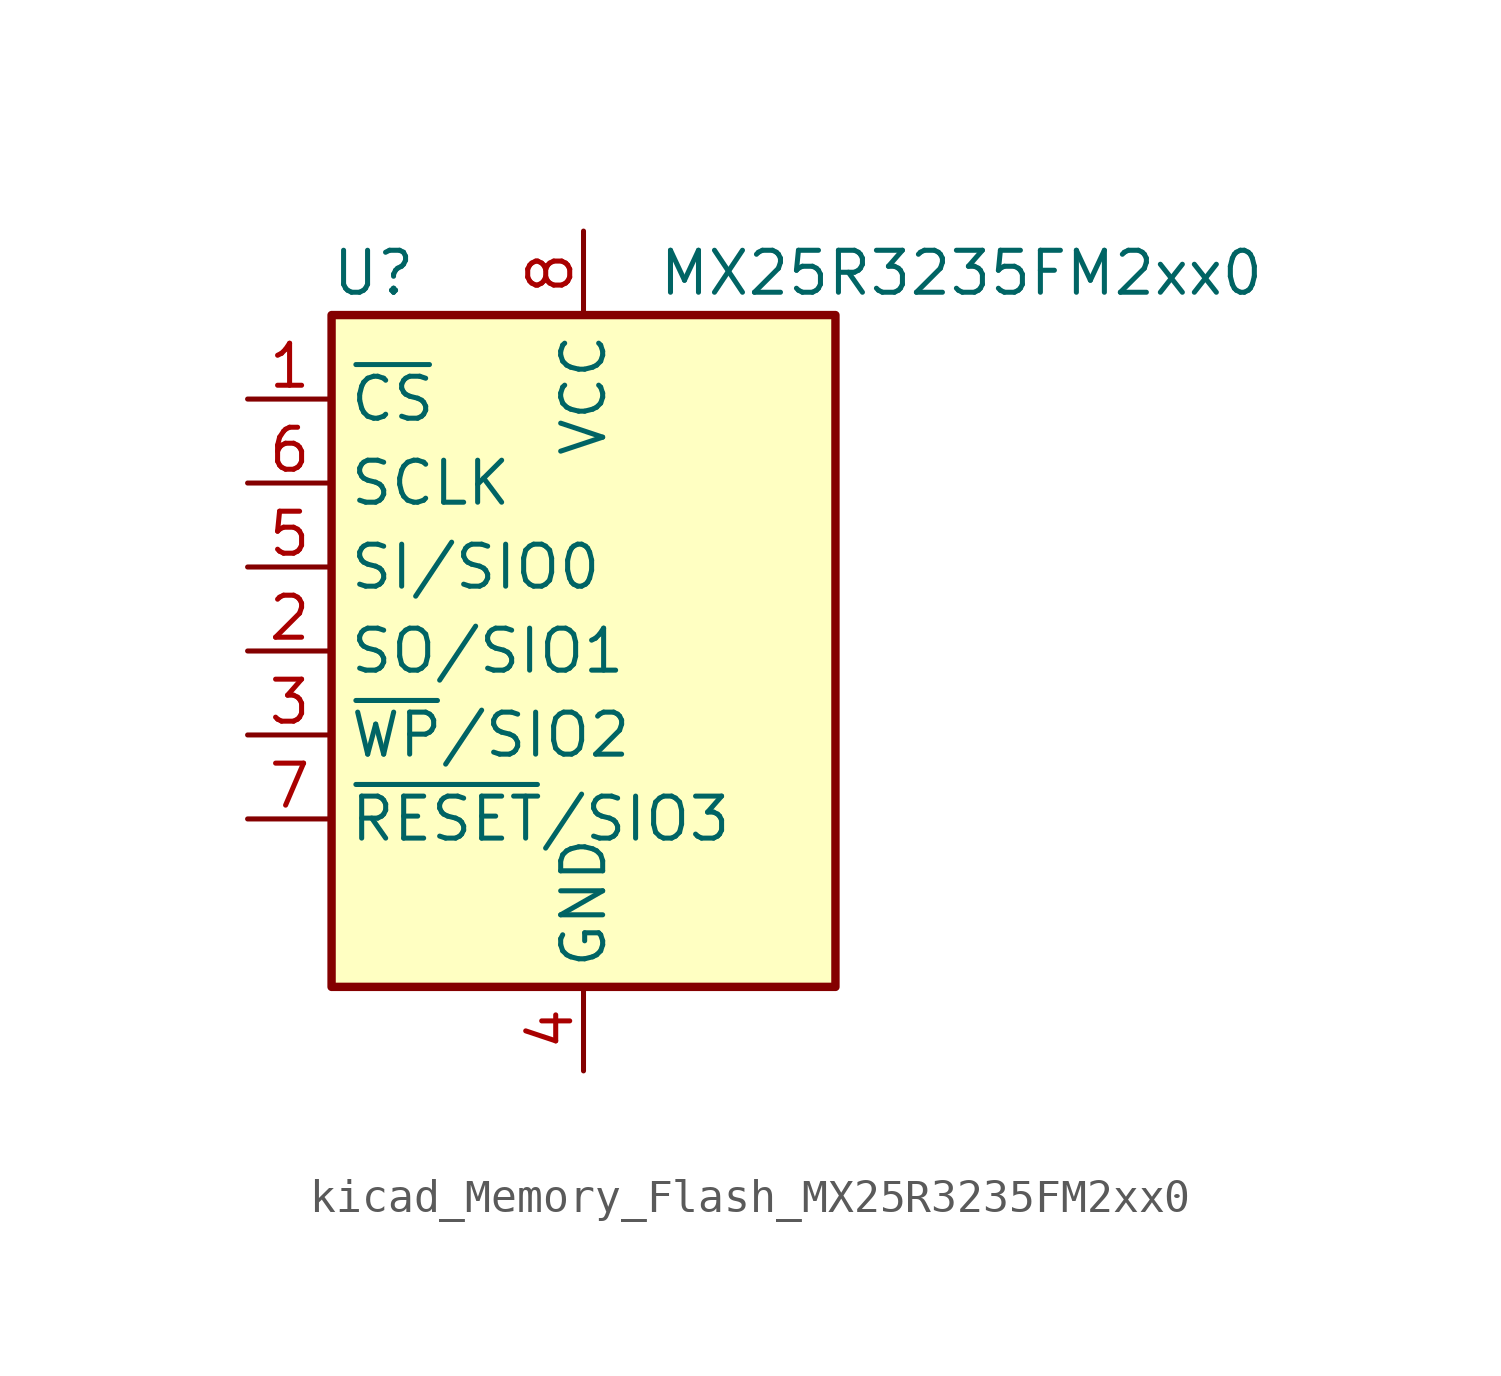
<source format=kicad_sym>
(kicad_symbol_lib
  (version 20220914)
  (generator kicad_symbol_editor)
  (symbol "kicad_Memory_Flash_MX25R3235FM2xx0"
    (property "Reference" "U"
      (at -6.35 11.43 0)
      (effects (font (size 1.27 1.27))))
    (property "Value" "MX25R3235FM2xx0"
      (at 11.43 11.43 0)
      (effects (font (size 1.27 1.27))))
    (symbol "kicad_Memory_Flash_MX25R3235FM2xx0_0_1"
      (rectangle (start -7.62 10.16) (end 7.62 -10.16) (stroke (width 0.254) (type default)) (fill (type background))))
    (symbol "kicad_Memory_Flash_MX25R3235FM2xx0_1_1"
      (pin input line (at -10.16 7.62 0) (length 2.54) (name "~{CS}" (effects (font (size 1.27 1.27)))) (number "1" (effects (font (size 1.27 1.27)))))
      (pin bidirectional line (at -10.16 0 0) (length 2.54) (name "SO/SIO1" (effects (font (size 1.27 1.27)))) (number "2" (effects (font (size 1.27 1.27)))))
      (pin bidirectional line (at -10.16 -2.54 0) (length 2.54) (name "~{WP}/SIO2" (effects (font (size 1.27 1.27)))) (number "3" (effects (font (size 1.27 1.27)))))
      (pin power_in line (at 0 -12.7 90) (length 2.54) (name "GND" (effects (font (size 1.27 1.27)))) (number "4" (effects (font (size 1.27 1.27)))))
      (pin bidirectional line (at -10.16 2.54 0) (length 2.54) (name "SI/SIO0" (effects (font (size 1.27 1.27)))) (number "5" (effects (font (size 1.27 1.27)))))
      (pin input line (at -10.16 5.08 0) (length 2.54) (name "SCLK" (effects (font (size 1.27 1.27)))) (number "6" (effects (font (size 1.27 1.27)))))
      (pin bidirectional line (at -10.16 -5.08 0) (length 2.54) (name "~{RESET}/SIO3" (effects (font (size 1.27 1.27)))) (number "7" (effects (font (size 1.27 1.27)))))
      (pin power_in line (at 0 12.7 270) (length 2.54) (name "VCC" (effects (font (size 1.27 1.27)))) (number "8" (effects (font (size 1.27 1.27))))))))
</source>
